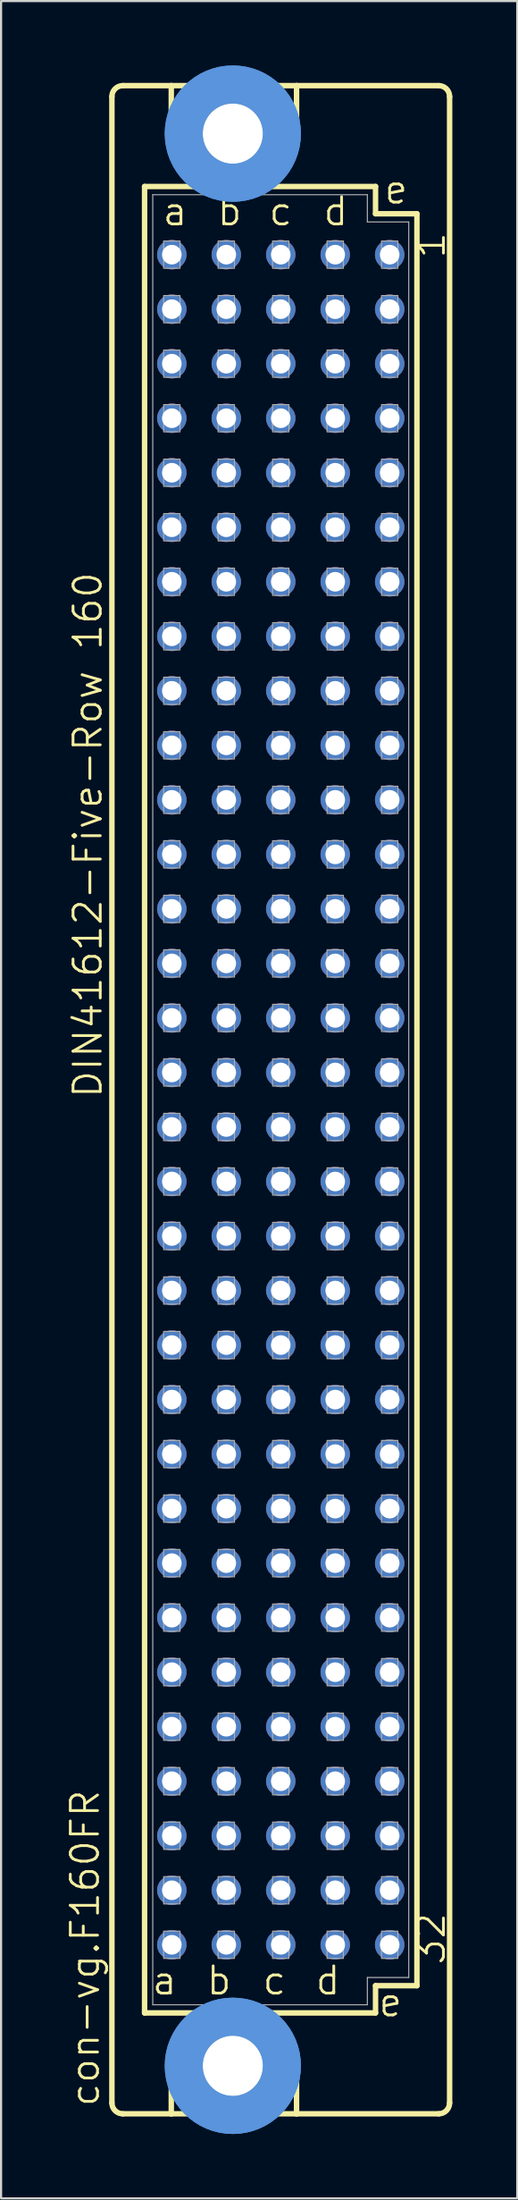
<source format=kicad_pcb>
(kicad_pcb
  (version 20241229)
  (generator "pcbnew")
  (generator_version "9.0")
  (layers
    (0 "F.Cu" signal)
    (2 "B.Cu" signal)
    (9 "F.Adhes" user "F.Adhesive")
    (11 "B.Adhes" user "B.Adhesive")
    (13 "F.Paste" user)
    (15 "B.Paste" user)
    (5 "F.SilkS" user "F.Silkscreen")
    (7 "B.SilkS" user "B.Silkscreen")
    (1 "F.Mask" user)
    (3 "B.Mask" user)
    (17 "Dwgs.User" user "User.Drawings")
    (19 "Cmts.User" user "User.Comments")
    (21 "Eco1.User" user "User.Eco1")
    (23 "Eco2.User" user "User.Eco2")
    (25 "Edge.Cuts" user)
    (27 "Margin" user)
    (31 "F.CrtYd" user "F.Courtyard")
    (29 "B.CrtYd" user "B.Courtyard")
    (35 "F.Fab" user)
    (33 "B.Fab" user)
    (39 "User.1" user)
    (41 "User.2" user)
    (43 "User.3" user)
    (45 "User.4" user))
  (footprint "con-vg.F160FR"
    (layer "F.Cu")
    (at 7.502 48.184)
    (property "Reference" "con-vg.F160FR" (at -5.842 46.99 90) (layer "F.SilkS") (effects (font (size 1.27 1.27) (thickness 0.13)) (justify left bottom)))
    (attr through_hole)
    (fp_line (start -5.334 46.736) (end -5.334 -46.736) (stroke (width 0.254) (type default)) (layer "F.SilkS"))
    (fp_line (start -4.826 -47.244) (end -2.565 -47.244) (stroke (width 0.254) (type default)) (layer "F.SilkS"))
    (fp_line (start -4.826 47.244) (end -2.565 47.244) (stroke (width 0.254) (type default)) (layer "F.SilkS"))
    (fp_line (start -3.81 -42.545) (end -3.81 42.545) (stroke (width 0.254) (type default)) (layer "F.SilkS"))
    (fp_line (start -3.81 42.545) (end -1.041 42.545) (stroke (width 0.254) (type default)) (layer "F.SilkS"))
    (fp_line (start -2.565 -47.244) (end -2.565 -44.45) (stroke (width 0.254) (type default)) (layer "F.SilkS"))
    (fp_line (start -2.565 47.244) (end -2.565 44.45) (stroke (width 0.254) (type default)) (layer "F.SilkS"))
    (fp_line (start -2.565 47.244) (end 3.277 47.244) (stroke (width 0.254) (type default)) (layer "F.SilkS"))
    (fp_line (start -1.041 42.545) (end -2.565 44.45) (stroke (width 0.254) (type default)) (layer "F.SilkS"))
    (fp_line (start -1.041 42.545) (end 1.753 42.545) (stroke (width 0.254) (type default)) (layer "F.SilkS"))
    (fp_line (start -0.737 -42.545) (end -3.81 -42.545) (stroke (width 0.254) (type default)) (layer "F.SilkS"))
    (fp_line (start -0.737 -42.545) (end -2.565 -44.45) (stroke (width 0.254) (type default)) (layer "F.SilkS"))
    (fp_line (start 1.753 -42.545) (end -0.737 -42.545) (stroke (width 0.254) (type default)) (layer "F.SilkS"))
    (fp_line (start 1.753 -42.545) (end 3.277 -44.45) (stroke (width 0.254) (type default)) (layer "F.SilkS"))
    (fp_line (start 1.753 42.545) (end 3.277 44.45) (stroke (width 0.254) (type default)) (layer "F.SilkS"))
    (fp_line (start 1.753 42.545) (end 6.96 42.545) (stroke (width 0.254) (type default)) (layer "F.SilkS"))
    (fp_line (start 3.277 -47.244) (end -2.565 -47.244) (stroke (width 0.254) (type default)) (layer "F.SilkS"))
    (fp_line (start 3.277 -47.244) (end 3.277 -44.45) (stroke (width 0.254) (type default)) (layer "F.SilkS"))
    (fp_line (start 3.277 47.244) (end 3.277 44.45) (stroke (width 0.254) (type default)) (layer "F.SilkS"))
    (fp_line (start 3.277 47.244) (end 9.906 47.244) (stroke (width 0.254) (type default)) (layer "F.SilkS"))
    (fp_line (start 6.96 -42.545) (end 1.753 -42.545) (stroke (width 0.254) (type default)) (layer "F.SilkS"))
    (fp_line (start 6.96 -41.275) (end 6.96 -42.545) (stroke (width 0.254) (type default)) (layer "F.SilkS"))
    (fp_line (start 6.96 41.275) (end 8.89 41.275) (stroke (width 0.254) (type default)) (layer "F.SilkS"))
    (fp_line (start 6.96 42.545) (end 6.96 41.275) (stroke (width 0.254) (type default)) (layer "F.SilkS"))
    (fp_line (start 8.89 -41.275) (end 6.96 -41.275) (stroke (width 0.254) (type default)) (layer "F.SilkS"))
    (fp_line (start 8.89 41.275) (end 8.89 -41.275) (stroke (width 0.254) (type default)) (layer "F.SilkS"))
    (fp_line (start 9.906 -47.244) (end 3.277 -47.244) (stroke (width 0.254) (type default)) (layer "F.SilkS"))
    (fp_line (start 10.414 46.736) (end 10.414 -46.736) (stroke (width 0.254) (type default)) (layer "F.SilkS"))
    (fp_arc (start -5.334 -46.736) (mid -5.18521 -47.09521) (end -4.826 -47.244) (stroke (width 0.254) (type default)) (layer "F.SilkS"))
    (fp_arc (start -4.826 47.244) (mid -5.18521 47.09521) (end -5.334 46.736) (stroke (width 0.254) (type default)) (layer "F.SilkS"))
    (fp_arc (start 9.906 -47.244) (mid 10.26521 -47.09521) (end 10.414 -46.736) (stroke (width 0.254) (type default)) (layer "F.SilkS"))
    (fp_arc (start 10.414 46.736) (mid 10.26521 47.09521) (end 9.906 47.244) (stroke (width 0.254) (type default)) (layer "F.SilkS"))
    (fp_circle (center 0.305 -45.009) (end 1.575 -45.009) (stroke (width 0.254) (type default)) (fill no) (layer "F.SilkS"))
    (fp_circle (center 0.305 45.009) (end 1.575 45.009) (stroke (width 0.254) (type default)) (fill no) (layer "F.SilkS"))
    (fp_circle (center 0.305 -45.009) (end 2.591 -45.009) (stroke (width 1.778) (type default)) (fill no) (layer "Cmts.User"))
    (fp_circle (center 0.305 -45.009) (end 2.591 -45.009) (stroke (width 1.778) (type default)) (fill no) (layer "Cmts.User"))
    (fp_circle (center 0.305 45.009) (end 2.591 45.009) (stroke (width 1.778) (type default)) (fill no) (layer "Cmts.User"))
    (fp_circle (center 0.305 45.009) (end 2.591 45.009) (stroke (width 1.778) (type default)) (fill no) (layer "Cmts.User"))
    (fp_line (start -3.429 -42.164) (end -3.429 42.164) (stroke (width 0.051) (type default)) (layer "F.Fab"))
    (fp_line (start -3.429 -42.164) (end 6.579 -42.164) (stroke (width 0.051) (type default)) (layer "F.Fab"))
    (fp_line (start -3.429 42.164) (end 6.579 42.164) (stroke (width 0.051) (type default)) (layer "F.Fab"))
    (fp_line (start 6.579 -42.164) (end 6.579 -40.894) (stroke (width 0.051) (type default)) (layer "F.Fab"))
    (fp_line (start 6.579 -40.894) (end 8.509 -40.894) (stroke (width 0.051) (type default)) (layer "F.Fab"))
    (fp_line (start 6.579 40.894) (end 8.509 40.894) (stroke (width 0.051) (type default)) (layer "F.Fab"))
    (fp_line (start 6.579 42.164) (end 6.579 40.894) (stroke (width 0.051) (type default)) (layer "F.Fab"))
    (fp_line (start 8.509 -40.894) (end 8.509 40.894) (stroke (width 0.051) (type default)) (layer "F.Fab"))
    (fp_rect (start -2.921 -38.735) (end -2.159 -40.005) (stroke (width 0.05) (type default)) (fill no) (layer "F.Fab"))
    (fp_rect (start -2.921 -36.195) (end -2.159 -37.465) (stroke (width 0.05) (type default)) (fill no) (layer "F.Fab"))
    (fp_rect (start -2.921 -33.655) (end -2.159 -34.925) (stroke (width 0.05) (type default)) (fill no) (layer "F.Fab"))
    (fp_rect (start -2.921 -31.115) (end -2.159 -32.385) (stroke (width 0.05) (type default)) (fill no) (layer "F.Fab"))
    (fp_rect (start -2.921 -28.575) (end -2.159 -29.845) (stroke (width 0.05) (type default)) (fill no) (layer "F.Fab"))
    (fp_rect (start -2.921 -26.035) (end -2.159 -27.305) (stroke (width 0.05) (type default)) (fill no) (layer "F.Fab"))
    (fp_rect (start -2.921 -23.495) (end -2.159 -24.765) (stroke (width 0.05) (type default)) (fill no) (layer "F.Fab"))
    (fp_rect (start -2.921 -20.955) (end -2.159 -22.225) (stroke (width 0.05) (type default)) (fill no) (layer "F.Fab"))
    (fp_rect (start -2.921 -18.415) (end -2.159 -19.685) (stroke (width 0.05) (type default)) (fill no) (layer "F.Fab"))
    (fp_rect (start -2.921 -15.875) (end -2.159 -17.145) (stroke (width 0.05) (type default)) (fill no) (layer "F.Fab"))
    (fp_rect (start -2.921 -13.335) (end -2.159 -14.605) (stroke (width 0.05) (type default)) (fill no) (layer "F.Fab"))
    (fp_rect (start -2.921 -10.795) (end -2.159 -12.065) (stroke (width 0.05) (type default)) (fill no) (layer "F.Fab"))
    (fp_rect (start -2.921 -8.255) (end -2.159 -9.525) (stroke (width 0.05) (type default)) (fill no) (layer "F.Fab"))
    (fp_rect (start -2.921 -5.715) (end -2.159 -6.985) (stroke (width 0.05) (type default)) (fill no) (layer "F.Fab"))
    (fp_rect (start -2.921 -3.175) (end -2.159 -4.445) (stroke (width 0.05) (type default)) (fill no) (layer "F.Fab"))
    (fp_rect (start -2.921 -0.635) (end -2.159 -1.905) (stroke (width 0.05) (type default)) (fill no) (layer "F.Fab"))
    (fp_rect (start -2.921 1.905) (end -2.159 0.635) (stroke (width 0.05) (type default)) (fill no) (layer "F.Fab"))
    (fp_rect (start -2.921 4.445) (end -2.159 3.175) (stroke (width 0.05) (type default)) (fill no) (layer "F.Fab"))
    (fp_rect (start -2.921 6.985) (end -2.159 5.715) (stroke (width 0.05) (type default)) (fill no) (layer "F.Fab"))
    (fp_rect (start -2.921 9.525) (end -2.159 8.255) (stroke (width 0.05) (type default)) (fill no) (layer "F.Fab"))
    (fp_rect (start -2.921 12.065) (end -2.159 10.795) (stroke (width 0.05) (type default)) (fill no) (layer "F.Fab"))
    (fp_rect (start -2.921 14.605) (end -2.159 13.335) (stroke (width 0.05) (type default)) (fill no) (layer "F.Fab"))
    (fp_rect (start -2.921 17.145) (end -2.159 15.875) (stroke (width 0.05) (type default)) (fill no) (layer "F.Fab"))
    (fp_rect (start -2.921 19.685) (end -2.159 18.415) (stroke (width 0.05) (type default)) (fill no) (layer "F.Fab"))
    (fp_rect (start -2.921 22.225) (end -2.159 20.955) (stroke (width 0.05) (type default)) (fill no) (layer "F.Fab"))
    (fp_rect (start -2.921 24.765) (end -2.159 23.495) (stroke (width 0.05) (type default)) (fill no) (layer "F.Fab"))
    (fp_rect (start -2.921 27.305) (end -2.159 26.035) (stroke (width 0.05) (type default)) (fill no) (layer "F.Fab"))
    (fp_rect (start -2.921 29.845) (end -2.159 28.575) (stroke (width 0.05) (type default)) (fill no) (layer "F.Fab"))
    (fp_rect (start -2.921 32.385) (end -2.159 31.115) (stroke (width 0.05) (type default)) (fill no) (layer "F.Fab"))
    (fp_rect (start -2.921 34.925) (end -2.159 33.655) (stroke (width 0.05) (type default)) (fill no) (layer "F.Fab"))
    (fp_rect (start -2.921 37.465) (end -2.159 36.195) (stroke (width 0.05) (type default)) (fill no) (layer "F.Fab"))
    (fp_rect (start -2.921 40.005) (end -2.159 38.735) (stroke (width 0.05) (type default)) (fill no) (layer "F.Fab"))
    (fp_rect (start -0.381 -38.735) (end 0.381 -40.005) (stroke (width 0.05) (type default)) (fill no) (layer "F.Fab"))
    (fp_rect (start -0.381 -36.195) (end 0.381 -37.465) (stroke (width 0.05) (type default)) (fill no) (layer "F.Fab"))
    (fp_rect (start -0.381 -33.655) (end 0.381 -34.925) (stroke (width 0.05) (type default)) (fill no) (layer "F.Fab"))
    (fp_rect (start -0.381 -31.115) (end 0.381 -32.385) (stroke (width 0.05) (type default)) (fill no) (layer "F.Fab"))
    (fp_rect (start -0.381 -28.575) (end 0.381 -29.845) (stroke (width 0.05) (type default)) (fill no) (layer "F.Fab"))
    (fp_rect (start -0.381 -26.035) (end 0.381 -27.305) (stroke (width 0.05) (type default)) (fill no) (layer "F.Fab"))
    (fp_rect (start -0.381 -23.495) (end 0.381 -24.765) (stroke (width 0.05) (type default)) (fill no) (layer "F.Fab"))
    (fp_rect (start -0.381 -20.955) (end 0.381 -22.225) (stroke (width 0.05) (type default)) (fill no) (layer "F.Fab"))
    (fp_rect (start -0.381 -18.415) (end 0.381 -19.685) (stroke (width 0.05) (type default)) (fill no) (layer "F.Fab"))
    (fp_rect (start -0.381 -15.875) (end 0.381 -17.145) (stroke (width 0.05) (type default)) (fill no) (layer "F.Fab"))
    (fp_rect (start -0.381 -13.335) (end 0.381 -14.605) (stroke (width 0.05) (type default)) (fill no) (layer "F.Fab"))
    (fp_rect (start -0.381 -10.795) (end 0.381 -12.065) (stroke (width 0.05) (type default)) (fill no) (layer "F.Fab"))
    (fp_rect (start -0.381 -8.255) (end 0.381 -9.525) (stroke (width 0.05) (type default)) (fill no) (layer "F.Fab"))
    (fp_rect (start -0.381 -5.715) (end 0.381 -6.985) (stroke (width 0.05) (type default)) (fill no) (layer "F.Fab"))
    (fp_rect (start -0.381 -3.175) (end 0.381 -4.445) (stroke (width 0.05) (type default)) (fill no) (layer "F.Fab"))
    (fp_rect (start -0.381 -0.635) (end 0.381 -1.905) (stroke (width 0.05) (type default)) (fill no) (layer "F.Fab"))
    (fp_rect (start -0.381 1.905) (end 0.381 0.635) (stroke (width 0.05) (type default)) (fill no) (layer "F.Fab"))
    (fp_rect (start -0.381 4.445) (end 0.381 3.175) (stroke (width 0.05) (type default)) (fill no) (layer "F.Fab"))
    (fp_rect (start -0.381 6.985) (end 0.381 5.715) (stroke (width 0.05) (type default)) (fill no) (layer "F.Fab"))
    (fp_rect (start -0.381 9.525) (end 0.381 8.255) (stroke (width 0.05) (type default)) (fill no) (layer "F.Fab"))
    (fp_rect (start -0.381 12.065) (end 0.381 10.795) (stroke (width 0.05) (type default)) (fill no) (layer "F.Fab"))
    (fp_rect (start -0.381 14.605) (end 0.381 13.335) (stroke (width 0.05) (type default)) (fill no) (layer "F.Fab"))
    (fp_rect (start -0.381 17.145) (end 0.381 15.875) (stroke (width 0.05) (type default)) (fill no) (layer "F.Fab"))
    (fp_rect (start -0.381 19.685) (end 0.381 18.415) (stroke (width 0.05) (type default)) (fill no) (layer "F.Fab"))
    (fp_rect (start -0.381 22.225) (end 0.381 20.955) (stroke (width 0.05) (type default)) (fill no) (layer "F.Fab"))
    (fp_rect (start -0.381 24.765) (end 0.381 23.495) (stroke (width 0.05) (type default)) (fill no) (layer "F.Fab"))
    (fp_rect (start -0.381 27.305) (end 0.381 26.035) (stroke (width 0.05) (type default)) (fill no) (layer "F.Fab"))
    (fp_rect (start -0.381 29.845) (end 0.381 28.575) (stroke (width 0.05) (type default)) (fill no) (layer "F.Fab"))
    (fp_rect (start -0.381 32.385) (end 0.381 31.115) (stroke (width 0.05) (type default)) (fill no) (layer "F.Fab"))
    (fp_rect (start -0.381 34.925) (end 0.381 33.655) (stroke (width 0.05) (type default)) (fill no) (layer "F.Fab"))
    (fp_rect (start -0.381 37.465) (end 0.381 36.195) (stroke (width 0.05) (type default)) (fill no) (layer "F.Fab"))
    (fp_rect (start -0.381 40.005) (end 0.381 38.735) (stroke (width 0.05) (type default)) (fill no) (layer "F.Fab"))
    (fp_rect (start 2.159 -38.735) (end 2.921 -40.005) (stroke (width 0.05) (type default)) (fill no) (layer "F.Fab"))
    (fp_rect (start 2.159 -36.195) (end 2.921 -37.465) (stroke (width 0.05) (type default)) (fill no) (layer "F.Fab"))
    (fp_rect (start 2.159 -33.655) (end 2.921 -34.925) (stroke (width 0.05) (type default)) (fill no) (layer "F.Fab"))
    (fp_rect (start 2.159 -31.115) (end 2.921 -32.385) (stroke (width 0.05) (type default)) (fill no) (layer "F.Fab"))
    (fp_rect (start 2.159 -28.575) (end 2.921 -29.845) (stroke (width 0.05) (type default)) (fill no) (layer "F.Fab"))
    (fp_rect (start 2.159 -26.035) (end 2.921 -27.305) (stroke (width 0.05) (type default)) (fill no) (layer "F.Fab"))
    (fp_rect (start 2.159 -23.495) (end 2.921 -24.765) (stroke (width 0.05) (type default)) (fill no) (layer "F.Fab"))
    (fp_rect (start 2.159 -20.955) (end 2.921 -22.225) (stroke (width 0.05) (type default)) (fill no) (layer "F.Fab"))
    (fp_rect (start 2.159 -18.415) (end 2.921 -19.685) (stroke (width 0.05) (type default)) (fill no) (layer "F.Fab"))
    (fp_rect (start 2.159 -15.875) (end 2.921 -17.145) (stroke (width 0.05) (type default)) (fill no) (layer "F.Fab"))
    (fp_rect (start 2.159 -13.335) (end 2.921 -14.605) (stroke (width 0.05) (type default)) (fill no) (layer "F.Fab"))
    (fp_rect (start 2.159 -10.795) (end 2.921 -12.065) (stroke (width 0.05) (type default)) (fill no) (layer "F.Fab"))
    (fp_rect (start 2.159 -8.255) (end 2.921 -9.525) (stroke (width 0.05) (type default)) (fill no) (layer "F.Fab"))
    (fp_rect (start 2.159 -5.715) (end 2.921 -6.985) (stroke (width 0.05) (type default)) (fill no) (layer "F.Fab"))
    (fp_rect (start 2.159 -3.175) (end 2.921 -4.445) (stroke (width 0.05) (type default)) (fill no) (layer "F.Fab"))
    (fp_rect (start 2.159 -0.635) (end 2.921 -1.905) (stroke (width 0.05) (type default)) (fill no) (layer "F.Fab"))
    (fp_rect (start 2.159 1.905) (end 2.921 0.635) (stroke (width 0.05) (type default)) (fill no) (layer "F.Fab"))
    (fp_rect (start 2.159 4.445) (end 2.921 3.175) (stroke (width 0.05) (type default)) (fill no) (layer "F.Fab"))
    (fp_rect (start 2.159 6.985) (end 2.921 5.715) (stroke (width 0.05) (type default)) (fill no) (layer "F.Fab"))
    (fp_rect (start 2.159 9.525) (end 2.921 8.255) (stroke (width 0.05) (type default)) (fill no) (layer "F.Fab"))
    (fp_rect (start 2.159 12.065) (end 2.921 10.795) (stroke (width 0.05) (type default)) (fill no) (layer "F.Fab"))
    (fp_rect (start 2.159 14.605) (end 2.921 13.335) (stroke (width 0.05) (type default)) (fill no) (layer "F.Fab"))
    (fp_rect (start 2.159 17.145) (end 2.921 15.875) (stroke (width 0.05) (type default)) (fill no) (layer "F.Fab"))
    (fp_rect (start 2.159 19.685) (end 2.921 18.415) (stroke (width 0.05) (type default)) (fill no) (layer "F.Fab"))
    (fp_rect (start 2.159 22.225) (end 2.921 20.955) (stroke (width 0.05) (type default)) (fill no) (layer "F.Fab"))
    (fp_rect (start 2.159 24.765) (end 2.921 23.495) (stroke (width 0.05) (type default)) (fill no) (layer "F.Fab"))
    (fp_rect (start 2.159 27.305) (end 2.921 26.035) (stroke (width 0.05) (type default)) (fill no) (layer "F.Fab"))
    (fp_rect (start 2.159 29.845) (end 2.921 28.575) (stroke (width 0.05) (type default)) (fill no) (layer "F.Fab"))
    (fp_rect (start 2.159 32.385) (end 2.921 31.115) (stroke (width 0.05) (type default)) (fill no) (layer "F.Fab"))
    (fp_rect (start 2.159 34.925) (end 2.921 33.655) (stroke (width 0.05) (type default)) (fill no) (layer "F.Fab"))
    (fp_rect (start 2.159 37.465) (end 2.921 36.195) (stroke (width 0.05) (type default)) (fill no) (layer "F.Fab"))
    (fp_rect (start 2.159 40.005) (end 2.921 38.735) (stroke (width 0.05) (type default)) (fill no) (layer "F.Fab"))
    (fp_rect (start 4.699 -38.735) (end 5.461 -40.005) (stroke (width 0.05) (type default)) (fill no) (layer "F.Fab"))
    (fp_rect (start 4.699 -36.195) (end 5.461 -37.465) (stroke (width 0.05) (type default)) (fill no) (layer "F.Fab"))
    (fp_rect (start 4.699 -33.655) (end 5.461 -34.925) (stroke (width 0.05) (type default)) (fill no) (layer "F.Fab"))
    (fp_rect (start 4.699 -31.115) (end 5.461 -32.385) (stroke (width 0.05) (type default)) (fill no) (layer "F.Fab"))
    (fp_rect (start 4.699 -28.575) (end 5.461 -29.845) (stroke (width 0.05) (type default)) (fill no) (layer "F.Fab"))
    (fp_rect (start 4.699 -26.035) (end 5.461 -27.305) (stroke (width 0.05) (type default)) (fill no) (layer "F.Fab"))
    (fp_rect (start 4.699 -23.495) (end 5.461 -24.765) (stroke (width 0.05) (type default)) (fill no) (layer "F.Fab"))
    (fp_rect (start 4.699 -20.955) (end 5.461 -22.225) (stroke (width 0.05) (type default)) (fill no) (layer "F.Fab"))
    (fp_rect (start 4.699 -18.415) (end 5.461 -19.685) (stroke (width 0.05) (type default)) (fill no) (layer "F.Fab"))
    (fp_rect (start 4.699 -15.875) (end 5.461 -17.145) (stroke (width 0.05) (type default)) (fill no) (layer "F.Fab"))
    (fp_rect (start 4.699 -13.335) (end 5.461 -14.605) (stroke (width 0.05) (type default)) (fill no) (layer "F.Fab"))
    (fp_rect (start 4.699 -10.795) (end 5.461 -12.065) (stroke (width 0.05) (type default)) (fill no) (layer "F.Fab"))
    (fp_rect (start 4.699 -8.255) (end 5.461 -9.525) (stroke (width 0.05) (type default)) (fill no) (layer "F.Fab"))
    (fp_rect (start 4.699 -5.715) (end 5.461 -6.985) (stroke (width 0.05) (type default)) (fill no) (layer "F.Fab"))
    (fp_rect (start 4.699 -3.175) (end 5.461 -4.445) (stroke (width 0.05) (type default)) (fill no) (layer "F.Fab"))
    (fp_rect (start 4.699 -0.635) (end 5.461 -1.905) (stroke (width 0.05) (type default)) (fill no) (layer "F.Fab"))
    (fp_rect (start 4.699 1.905) (end 5.461 0.635) (stroke (width 0.05) (type default)) (fill no) (layer "F.Fab"))
    (fp_rect (start 4.699 4.445) (end 5.461 3.175) (stroke (width 0.05) (type default)) (fill no) (layer "F.Fab"))
    (fp_rect (start 4.699 6.985) (end 5.461 5.715) (stroke (width 0.05) (type default)) (fill no) (layer "F.Fab"))
    (fp_rect (start 4.699 9.525) (end 5.461 8.255) (stroke (width 0.05) (type default)) (fill no) (layer "F.Fab"))
    (fp_rect (start 4.699 12.065) (end 5.461 10.795) (stroke (width 0.05) (type default)) (fill no) (layer "F.Fab"))
    (fp_rect (start 4.699 14.605) (end 5.461 13.335) (stroke (width 0.05) (type default)) (fill no) (layer "F.Fab"))
    (fp_rect (start 4.699 17.145) (end 5.461 15.875) (stroke (width 0.05) (type default)) (fill no) (layer "F.Fab"))
    (fp_rect (start 4.699 19.685) (end 5.461 18.415) (stroke (width 0.05) (type default)) (fill no) (layer "F.Fab"))
    (fp_rect (start 4.699 22.225) (end 5.461 20.955) (stroke (width 0.05) (type default)) (fill no) (layer "F.Fab"))
    (fp_rect (start 4.699 24.765) (end 5.461 23.495) (stroke (width 0.05) (type default)) (fill no) (layer "F.Fab"))
    (fp_rect (start 4.699 27.305) (end 5.461 26.035) (stroke (width 0.05) (type default)) (fill no) (layer "F.Fab"))
    (fp_rect (start 4.699 29.845) (end 5.461 28.575) (stroke (width 0.05) (type default)) (fill no) (layer "F.Fab"))
    (fp_rect (start 4.699 32.385) (end 5.461 31.115) (stroke (width 0.05) (type default)) (fill no) (layer "F.Fab"))
    (fp_rect (start 4.699 34.925) (end 5.461 33.655) (stroke (width 0.05) (type default)) (fill no) (layer "F.Fab"))
    (fp_rect (start 4.699 37.465) (end 5.461 36.195) (stroke (width 0.05) (type default)) (fill no) (layer "F.Fab"))
    (fp_rect (start 4.699 40.005) (end 5.461 38.735) (stroke (width 0.05) (type default)) (fill no) (layer "F.Fab"))
    (fp_rect (start 7.239 -38.735) (end 8.001 -40.005) (stroke (width 0.05) (type default)) (fill no) (layer "F.Fab"))
    (fp_rect (start 7.239 -36.195) (end 8.001 -37.465) (stroke (width 0.05) (type default)) (fill no) (layer "F.Fab"))
    (fp_rect (start 7.239 -33.655) (end 8.001 -34.925) (stroke (width 0.05) (type default)) (fill no) (layer "F.Fab"))
    (fp_rect (start 7.239 -31.115) (end 8.001 -32.385) (stroke (width 0.05) (type default)) (fill no) (layer "F.Fab"))
    (fp_rect (start 7.239 -28.575) (end 8.001 -29.845) (stroke (width 0.05) (type default)) (fill no) (layer "F.Fab"))
    (fp_rect (start 7.239 -26.035) (end 8.001 -27.305) (stroke (width 0.05) (type default)) (fill no) (layer "F.Fab"))
    (fp_rect (start 7.239 -23.495) (end 8.001 -24.765) (stroke (width 0.05) (type default)) (fill no) (layer "F.Fab"))
    (fp_rect (start 7.239 -20.955) (end 8.001 -22.225) (stroke (width 0.05) (type default)) (fill no) (layer "F.Fab"))
    (fp_rect (start 7.239 -18.415) (end 8.001 -19.685) (stroke (width 0.05) (type default)) (fill no) (layer "F.Fab"))
    (fp_rect (start 7.239 -15.875) (end 8.001 -17.145) (stroke (width 0.05) (type default)) (fill no) (layer "F.Fab"))
    (fp_rect (start 7.239 -13.335) (end 8.001 -14.605) (stroke (width 0.05) (type default)) (fill no) (layer "F.Fab"))
    (fp_rect (start 7.239 -10.795) (end 8.001 -12.065) (stroke (width 0.05) (type default)) (fill no) (layer "F.Fab"))
    (fp_rect (start 7.239 -8.255) (end 8.001 -9.525) (stroke (width 0.05) (type default)) (fill no) (layer "F.Fab"))
    (fp_rect (start 7.239 -5.715) (end 8.001 -6.985) (stroke (width 0.05) (type default)) (fill no) (layer "F.Fab"))
    (fp_rect (start 7.239 -3.175) (end 8.001 -4.445) (stroke (width 0.05) (type default)) (fill no) (layer "F.Fab"))
    (fp_rect (start 7.239 -0.635) (end 8.001 -1.905) (stroke (width 0.05) (type default)) (fill no) (layer "F.Fab"))
    (fp_rect (start 7.239 1.905) (end 8.001 0.635) (stroke (width 0.05) (type default)) (fill no) (layer "F.Fab"))
    (fp_rect (start 7.239 4.445) (end 8.001 3.175) (stroke (width 0.05) (type default)) (fill no) (layer "F.Fab"))
    (fp_rect (start 7.239 6.985) (end 8.001 5.715) (stroke (width 0.05) (type default)) (fill no) (layer "F.Fab"))
    (fp_rect (start 7.239 9.525) (end 8.001 8.255) (stroke (width 0.05) (type default)) (fill no) (layer "F.Fab"))
    (fp_rect (start 7.239 12.065) (end 8.001 10.795) (stroke (width 0.05) (type default)) (fill no) (layer "F.Fab"))
    (fp_rect (start 7.239 14.605) (end 8.001 13.335) (stroke (width 0.05) (type default)) (fill no) (layer "F.Fab"))
    (fp_rect (start 7.239 17.145) (end 8.001 15.875) (stroke (width 0.05) (type default)) (fill no) (layer "F.Fab"))
    (fp_rect (start 7.239 19.685) (end 8.001 18.415) (stroke (width 0.05) (type default)) (fill no) (layer "F.Fab"))
    (fp_rect (start 7.239 22.225) (end 8.001 20.955) (stroke (width 0.05) (type default)) (fill no) (layer "F.Fab"))
    (fp_rect (start 7.239 24.765) (end 8.001 23.495) (stroke (width 0.05) (type default)) (fill no) (layer "F.Fab"))
    (fp_rect (start 7.239 27.305) (end 8.001 26.035) (stroke (width 0.05) (type default)) (fill no) (layer "F.Fab"))
    (fp_rect (start 7.239 29.845) (end 8.001 28.575) (stroke (width 0.05) (type default)) (fill no) (layer "F.Fab"))
    (fp_rect (start 7.239 32.385) (end 8.001 31.115) (stroke (width 0.05) (type default)) (fill no) (layer "F.Fab"))
    (fp_rect (start 7.239 34.925) (end 8.001 33.655) (stroke (width 0.05) (type default)) (fill no) (layer "F.Fab"))
    (fp_rect (start 7.239 37.465) (end 8.001 36.195) (stroke (width 0.05) (type default)) (fill no) (layer "F.Fab"))
    (fp_rect (start 7.239 40.005) (end 8.001 38.735) (stroke (width 0.05) (type default)) (fill no) (layer "F.Fab"))
    (fp_text user "b" (at -0.508 -40.64 0) (layer "F.SilkS") (effects (font (size 1.27 1.27) (thickness 0.13)) (justify left bottom)))
    (fp_text user "1" (at 10.287 -39.116 90) (layer "F.SilkS") (effects (font (size 1.27 1.27) (thickness 0.13)) (justify left bottom)))
    (fp_text user "d" (at 4.445 -40.64 0) (layer "F.SilkS") (effects (font (size 1.27 1.27) (thickness 0.13)) (justify left bottom)))
    (fp_text user "c " (at 1.613 41.783 0) (layer "F.SilkS") (effects (font (size 1.27 1.27) (thickness 0.13)) (justify left bottom)))
    (fp_text user "a" (at -3.048 -40.64 0) (layer "F.SilkS") (effects (font (size 1.27 1.27) (thickness 0.13)) (justify left bottom)))
    (fp_text user "b " (at -1 41.783 0) (layer "F.SilkS") (effects (font (size 1.27 1.27) (thickness 0.13)) (justify left bottom)))
    (fp_text user "e" (at 7.29 -41.656 0) (layer "F.SilkS") (effects (font (size 1.27 1.27) (thickness 0.13)) (justify left bottom)))
    (fp_text user "a " (at -3.54 41.783 0) (layer "F.SilkS") (effects (font (size 1.27 1.27) (thickness 0.13)) (justify left bottom)))
    (fp_text user "e " (at 7.03 42.799 0) (layer "F.SilkS") (effects (font (size 1.27 1.27) (thickness 0.13)) (justify left bottom)))
    (fp_text user "c" (at 1.905 -40.64 0) (layer "F.SilkS") (effects (font (size 1.27 1.27) (thickness 0.13)) (justify left bottom)))
    (fp_text user "DIN41612-Five-Row 160" (at -5.715 0 90) (layer "F.SilkS") (effects (font (size 1.27 1.27) (thickness 0.13)) (justify left bottom)))
    (fp_text user "32" (at 10.287 40.386 90) (layer "F.SilkS") (effects (font (size 1.27 1.27) (thickness 0.13)) (justify left bottom)))
    (fp_text user "d " (at 4.08 41.783 0) (layer "F.SilkS") (effects (font (size 1.27 1.27) (thickness 0.13)) (justify left bottom)))
    (pad "" np_thru_hole circle (at 0.305 -45.009) (size 2.794 2.794) (drill 2.794) (layers "*.Cu" "*.Mask"))
    (pad "" np_thru_hole circle (at 0.305 45.009) (size 2.794 2.794) (drill 2.794) (layers "*.Cu" "*.Mask"))
    (pad "A1" thru_hole circle (at -2.54 -39.37) (size 1.372 1.372) (drill 0.914) (layers "*.Cu" "*.Mask"))
    (pad "A2" thru_hole circle (at -2.54 -36.83) (size 1.372 1.372) (drill 0.914) (layers "*.Cu" "*.Mask"))
    (pad "A3" thru_hole circle (at -2.54 -34.29) (size 1.372 1.372) (drill 0.914) (layers "*.Cu" "*.Mask"))
    (pad "A4" thru_hole circle (at -2.54 -31.75) (size 1.372 1.372) (drill 0.914) (layers "*.Cu" "*.Mask"))
    (pad "A5" thru_hole circle (at -2.54 -29.21) (size 1.372 1.372) (drill 0.914) (layers "*.Cu" "*.Mask"))
    (pad "A6" thru_hole circle (at -2.54 -26.67) (size 1.372 1.372) (drill 0.914) (layers "*.Cu" "*.Mask"))
    (pad "A7" thru_hole circle (at -2.54 -24.13) (size 1.372 1.372) (drill 0.914) (layers "*.Cu" "*.Mask"))
    (pad "A8" thru_hole circle (at -2.54 -21.59) (size 1.372 1.372) (drill 0.914) (layers "*.Cu" "*.Mask"))
    (pad "A9" thru_hole circle (at -2.54 -19.05) (size 1.372 1.372) (drill 0.914) (layers "*.Cu" "*.Mask"))
    (pad "A10" thru_hole circle (at -2.54 -16.51) (size 1.372 1.372) (drill 0.914) (layers "*.Cu" "*.Mask"))
    (pad "A11" thru_hole circle (at -2.54 -13.97) (size 1.372 1.372) (drill 0.914) (layers "*.Cu" "*.Mask"))
    (pad "A12" thru_hole circle (at -2.54 -11.43) (size 1.372 1.372) (drill 0.914) (layers "*.Cu" "*.Mask"))
    (pad "A13" thru_hole circle (at -2.54 -8.89) (size 1.372 1.372) (drill 0.914) (layers "*.Cu" "*.Mask"))
    (pad "A14" thru_hole circle (at -2.54 -6.35) (size 1.372 1.372) (drill 0.914) (layers "*.Cu" "*.Mask"))
    (pad "A15" thru_hole circle (at -2.54 -3.81) (size 1.372 1.372) (drill 0.914) (layers "*.Cu" "*.Mask"))
    (pad "A16" thru_hole circle (at -2.54 -1.27) (size 1.372 1.372) (drill 0.914) (layers "*.Cu" "*.Mask"))
    (pad "A17" thru_hole circle (at -2.54 1.27) (size 1.372 1.372) (drill 0.914) (layers "*.Cu" "*.Mask"))
    (pad "A18" thru_hole circle (at -2.54 3.81) (size 1.372 1.372) (drill 0.914) (layers "*.Cu" "*.Mask"))
    (pad "A19" thru_hole circle (at -2.54 6.35) (size 1.372 1.372) (drill 0.914) (layers "*.Cu" "*.Mask"))
    (pad "A20" thru_hole circle (at -2.54 8.89) (size 1.372 1.372) (drill 0.914) (layers "*.Cu" "*.Mask"))
    (pad "A21" thru_hole circle (at -2.54 11.43) (size 1.372 1.372) (drill 0.914) (layers "*.Cu" "*.Mask"))
    (pad "A22" thru_hole circle (at -2.54 13.97) (size 1.372 1.372) (drill 0.914) (layers "*.Cu" "*.Mask"))
    (pad "A23" thru_hole circle (at -2.54 16.51) (size 1.372 1.372) (drill 0.914) (layers "*.Cu" "*.Mask"))
    (pad "A24" thru_hole circle (at -2.54 19.05) (size 1.372 1.372) (drill 0.914) (layers "*.Cu" "*.Mask"))
    (pad "A25" thru_hole circle (at -2.54 21.59) (size 1.372 1.372) (drill 0.914) (layers "*.Cu" "*.Mask"))
    (pad "A26" thru_hole circle (at -2.54 24.13) (size 1.372 1.372) (drill 0.914) (layers "*.Cu" "*.Mask"))
    (pad "A27" thru_hole circle (at -2.54 26.67) (size 1.372 1.372) (drill 0.914) (layers "*.Cu" "*.Mask"))
    (pad "A28" thru_hole circle (at -2.54 29.21) (size 1.372 1.372) (drill 0.914) (layers "*.Cu" "*.Mask"))
    (pad "A29" thru_hole circle (at -2.54 31.75) (size 1.372 1.372) (drill 0.914) (layers "*.Cu" "*.Mask"))
    (pad "A30" thru_hole circle (at -2.54 34.29) (size 1.372 1.372) (drill 0.914) (layers "*.Cu" "*.Mask"))
    (pad "A31" thru_hole circle (at -2.54 36.83) (size 1.372 1.372) (drill 0.914) (layers "*.Cu" "*.Mask"))
    (pad "A32" thru_hole circle (at -2.54 39.37) (size 1.372 1.372) (drill 0.914) (layers "*.Cu" "*.Mask"))
    (pad "B1" thru_hole circle (at 0 -39.37) (size 1.372 1.372) (drill 0.914) (layers "*.Cu" "*.Mask"))
    (pad "B2" thru_hole circle (at 0 -36.83) (size 1.372 1.372) (drill 0.914) (layers "*.Cu" "*.Mask"))
    (pad "B3" thru_hole circle (at 0 -34.29) (size 1.372 1.372) (drill 0.914) (layers "*.Cu" "*.Mask"))
    (pad "B4" thru_hole circle (at 0 -31.75) (size 1.372 1.372) (drill 0.914) (layers "*.Cu" "*.Mask"))
    (pad "B5" thru_hole circle (at 0 -29.21) (size 1.372 1.372) (drill 0.914) (layers "*.Cu" "*.Mask"))
    (pad "B6" thru_hole circle (at 0 -26.67) (size 1.372 1.372) (drill 0.914) (layers "*.Cu" "*.Mask"))
    (pad "B7" thru_hole circle (at 0 -24.13) (size 1.372 1.372) (drill 0.914) (layers "*.Cu" "*.Mask"))
    (pad "B8" thru_hole circle (at 0 -21.59) (size 1.372 1.372) (drill 0.914) (layers "*.Cu" "*.Mask"))
    (pad "B9" thru_hole circle (at 0 -19.05) (size 1.372 1.372) (drill 0.914) (layers "*.Cu" "*.Mask"))
    (pad "B10" thru_hole circle (at 0 -16.51) (size 1.372 1.372) (drill 0.914) (layers "*.Cu" "*.Mask"))
    (pad "B11" thru_hole circle (at 0 -13.97) (size 1.372 1.372) (drill 0.914) (layers "*.Cu" "*.Mask"))
    (pad "B12" thru_hole circle (at 0 -11.43) (size 1.372 1.372) (drill 0.914) (layers "*.Cu" "*.Mask"))
    (pad "B13" thru_hole circle (at 0 -8.89) (size 1.372 1.372) (drill 0.914) (layers "*.Cu" "*.Mask"))
    (pad "B14" thru_hole circle (at 0 -6.35) (size 1.372 1.372) (drill 0.914) (layers "*.Cu" "*.Mask"))
    (pad "B15" thru_hole circle (at 0 -3.81) (size 1.372 1.372) (drill 0.914) (layers "*.Cu" "*.Mask"))
    (pad "B16" thru_hole circle (at 0 -1.27) (size 1.372 1.372) (drill 0.914) (layers "*.Cu" "*.Mask"))
    (pad "B17" thru_hole circle (at 0 1.27) (size 1.372 1.372) (drill 0.914) (layers "*.Cu" "*.Mask"))
    (pad "B18" thru_hole circle (at 0 3.81) (size 1.372 1.372) (drill 0.914) (layers "*.Cu" "*.Mask"))
    (pad "B19" thru_hole circle (at 0 6.35) (size 1.372 1.372) (drill 0.914) (layers "*.Cu" "*.Mask"))
    (pad "B20" thru_hole circle (at 0 8.89) (size 1.372 1.372) (drill 0.914) (layers "*.Cu" "*.Mask"))
    (pad "B21" thru_hole circle (at 0 11.43) (size 1.372 1.372) (drill 0.914) (layers "*.Cu" "*.Mask"))
    (pad "B22" thru_hole circle (at 0 13.97) (size 1.372 1.372) (drill 0.914) (layers "*.Cu" "*.Mask"))
    (pad "B23" thru_hole circle (at 0 16.51) (size 1.372 1.372) (drill 0.914) (layers "*.Cu" "*.Mask"))
    (pad "B24" thru_hole circle (at 0 19.05) (size 1.372 1.372) (drill 0.914) (layers "*.Cu" "*.Mask"))
    (pad "B25" thru_hole circle (at 0 21.59) (size 1.372 1.372) (drill 0.914) (layers "*.Cu" "*.Mask"))
    (pad "B26" thru_hole circle (at 0 24.13) (size 1.372 1.372) (drill 0.914) (layers "*.Cu" "*.Mask"))
    (pad "B27" thru_hole circle (at 0 26.67) (size 1.372 1.372) (drill 0.914) (layers "*.Cu" "*.Mask"))
    (pad "B28" thru_hole circle (at 0 29.21) (size 1.372 1.372) (drill 0.914) (layers "*.Cu" "*.Mask"))
    (pad "B29" thru_hole circle (at 0 31.75) (size 1.372 1.372) (drill 0.914) (layers "*.Cu" "*.Mask"))
    (pad "B30" thru_hole circle (at 0 34.29) (size 1.372 1.372) (drill 0.914) (layers "*.Cu" "*.Mask"))
    (pad "B31" thru_hole circle (at 0 36.83) (size 1.372 1.372) (drill 0.914) (layers "*.Cu" "*.Mask"))
    (pad "B32" thru_hole circle (at 0 39.37) (size 1.372 1.372) (drill 0.914) (layers "*.Cu" "*.Mask"))
    (pad "C1" thru_hole circle (at 2.54 -39.37) (size 1.372 1.372) (drill 0.914) (layers "*.Cu" "*.Mask"))
    (pad "C2" thru_hole circle (at 2.54 -36.83) (size 1.372 1.372) (drill 0.914) (layers "*.Cu" "*.Mask"))
    (pad "C3" thru_hole circle (at 2.54 -34.29) (size 1.372 1.372) (drill 0.914) (layers "*.Cu" "*.Mask"))
    (pad "C4" thru_hole circle (at 2.54 -31.75) (size 1.372 1.372) (drill 0.914) (layers "*.Cu" "*.Mask"))
    (pad "C5" thru_hole circle (at 2.54 -29.21) (size 1.372 1.372) (drill 0.914) (layers "*.Cu" "*.Mask"))
    (pad "C6" thru_hole circle (at 2.54 -26.67) (size 1.372 1.372) (drill 0.914) (layers "*.Cu" "*.Mask"))
    (pad "C7" thru_hole circle (at 2.54 -24.13) (size 1.372 1.372) (drill 0.914) (layers "*.Cu" "*.Mask"))
    (pad "C8" thru_hole circle (at 2.54 -21.59) (size 1.372 1.372) (drill 0.914) (layers "*.Cu" "*.Mask"))
    (pad "C9" thru_hole circle (at 2.54 -19.05) (size 1.372 1.372) (drill 0.914) (layers "*.Cu" "*.Mask"))
    (pad "C10" thru_hole circle (at 2.54 -16.51) (size 1.372 1.372) (drill 0.914) (layers "*.Cu" "*.Mask"))
    (pad "C11" thru_hole circle (at 2.54 -13.97) (size 1.372 1.372) (drill 0.914) (layers "*.Cu" "*.Mask"))
    (pad "C12" thru_hole circle (at 2.54 -11.43) (size 1.372 1.372) (drill 0.914) (layers "*.Cu" "*.Mask"))
    (pad "C13" thru_hole circle (at 2.54 -8.89) (size 1.372 1.372) (drill 0.914) (layers "*.Cu" "*.Mask"))
    (pad "C14" thru_hole circle (at 2.54 -6.35) (size 1.372 1.372) (drill 0.914) (layers "*.Cu" "*.Mask"))
    (pad "C15" thru_hole circle (at 2.54 -3.81) (size 1.372 1.372) (drill 0.914) (layers "*.Cu" "*.Mask"))
    (pad "C16" thru_hole circle (at 2.54 -1.27) (size 1.372 1.372) (drill 0.914) (layers "*.Cu" "*.Mask"))
    (pad "C17" thru_hole circle (at 2.54 1.27) (size 1.372 1.372) (drill 0.914) (layers "*.Cu" "*.Mask"))
    (pad "C18" thru_hole circle (at 2.54 3.81) (size 1.372 1.372) (drill 0.914) (layers "*.Cu" "*.Mask"))
    (pad "C19" thru_hole circle (at 2.54 6.35) (size 1.372 1.372) (drill 0.914) (layers "*.Cu" "*.Mask"))
    (pad "C20" thru_hole circle (at 2.54 8.89) (size 1.372 1.372) (drill 0.914) (layers "*.Cu" "*.Mask"))
    (pad "C21" thru_hole circle (at 2.54 11.43) (size 1.372 1.372) (drill 0.914) (layers "*.Cu" "*.Mask"))
    (pad "C22" thru_hole circle (at 2.54 13.97) (size 1.372 1.372) (drill 0.914) (layers "*.Cu" "*.Mask"))
    (pad "C23" thru_hole circle (at 2.54 16.51) (size 1.372 1.372) (drill 0.914) (layers "*.Cu" "*.Mask"))
    (pad "C24" thru_hole circle (at 2.54 19.05) (size 1.372 1.372) (drill 0.914) (layers "*.Cu" "*.Mask"))
    (pad "C25" thru_hole circle (at 2.54 21.59) (size 1.372 1.372) (drill 0.914) (layers "*.Cu" "*.Mask"))
    (pad "C26" thru_hole circle (at 2.54 24.13) (size 1.372 1.372) (drill 0.914) (layers "*.Cu" "*.Mask"))
    (pad "C27" thru_hole circle (at 2.54 26.67) (size 1.372 1.372) (drill 0.914) (layers "*.Cu" "*.Mask"))
    (pad "C28" thru_hole circle (at 2.54 29.21) (size 1.372 1.372) (drill 0.914) (layers "*.Cu" "*.Mask"))
    (pad "C29" thru_hole circle (at 2.54 31.75) (size 1.372 1.372) (drill 0.914) (layers "*.Cu" "*.Mask"))
    (pad "C30" thru_hole circle (at 2.54 34.29) (size 1.372 1.372) (drill 0.914) (layers "*.Cu" "*.Mask"))
    (pad "C31" thru_hole circle (at 2.54 36.83) (size 1.372 1.372) (drill 0.914) (layers "*.Cu" "*.Mask"))
    (pad "C32" thru_hole circle (at 2.54 39.37) (size 1.372 1.372) (drill 0.914) (layers "*.Cu" "*.Mask"))
    (pad "D1" thru_hole circle (at 5.08 -39.37) (size 1.372 1.372) (drill 0.914) (layers "*.Cu" "*.Mask"))
    (pad "D2" thru_hole circle (at 5.08 -36.83) (size 1.372 1.372) (drill 0.914) (layers "*.Cu" "*.Mask"))
    (pad "D3" thru_hole circle (at 5.08 -34.29) (size 1.372 1.372) (drill 0.914) (layers "*.Cu" "*.Mask"))
    (pad "D4" thru_hole circle (at 5.08 -31.75) (size 1.372 1.372) (drill 0.914) (layers "*.Cu" "*.Mask"))
    (pad "D5" thru_hole circle (at 5.08 -29.21) (size 1.372 1.372) (drill 0.914) (layers "*.Cu" "*.Mask"))
    (pad "D6" thru_hole circle (at 5.08 -26.67) (size 1.372 1.372) (drill 0.914) (layers "*.Cu" "*.Mask"))
    (pad "D7" thru_hole circle (at 5.08 -24.13) (size 1.372 1.372) (drill 0.914) (layers "*.Cu" "*.Mask"))
    (pad "D8" thru_hole circle (at 5.08 -21.59) (size 1.372 1.372) (drill 0.914) (layers "*.Cu" "*.Mask"))
    (pad "D9" thru_hole circle (at 5.08 -19.05) (size 1.372 1.372) (drill 0.914) (layers "*.Cu" "*.Mask"))
    (pad "D10" thru_hole circle (at 5.08 -16.51) (size 1.372 1.372) (drill 0.914) (layers "*.Cu" "*.Mask"))
    (pad "D11" thru_hole circle (at 5.08 -13.97) (size 1.372 1.372) (drill 0.914) (layers "*.Cu" "*.Mask"))
    (pad "D12" thru_hole circle (at 5.08 -11.43) (size 1.372 1.372) (drill 0.914) (layers "*.Cu" "*.Mask"))
    (pad "D13" thru_hole circle (at 5.08 -8.89) (size 1.372 1.372) (drill 0.914) (layers "*.Cu" "*.Mask"))
    (pad "D14" thru_hole circle (at 5.08 -6.35) (size 1.372 1.372) (drill 0.914) (layers "*.Cu" "*.Mask"))
    (pad "D15" thru_hole circle (at 5.08 -3.81) (size 1.372 1.372) (drill 0.914) (layers "*.Cu" "*.Mask"))
    (pad "D16" thru_hole circle (at 5.08 -1.27) (size 1.372 1.372) (drill 0.914) (layers "*.Cu" "*.Mask"))
    (pad "D17" thru_hole circle (at 5.08 1.27) (size 1.372 1.372) (drill 0.914) (layers "*.Cu" "*.Mask"))
    (pad "D18" thru_hole circle (at 5.08 3.81) (size 1.372 1.372) (drill 0.914) (layers "*.Cu" "*.Mask"))
    (pad "D19" thru_hole circle (at 5.08 6.35) (size 1.372 1.372) (drill 0.914) (layers "*.Cu" "*.Mask"))
    (pad "D20" thru_hole circle (at 5.08 8.89) (size 1.372 1.372) (drill 0.914) (layers "*.Cu" "*.Mask"))
    (pad "D21" thru_hole circle (at 5.08 11.43) (size 1.372 1.372) (drill 0.914) (layers "*.Cu" "*.Mask"))
    (pad "D22" thru_hole circle (at 5.08 13.97) (size 1.372 1.372) (drill 0.914) (layers "*.Cu" "*.Mask"))
    (pad "D23" thru_hole circle (at 5.08 16.51) (size 1.372 1.372) (drill 0.914) (layers "*.Cu" "*.Mask"))
    (pad "D24" thru_hole circle (at 5.08 19.05) (size 1.372 1.372) (drill 0.914) (layers "*.Cu" "*.Mask"))
    (pad "D25" thru_hole circle (at 5.08 21.59) (size 1.372 1.372) (drill 0.914) (layers "*.Cu" "*.Mask"))
    (pad "D26" thru_hole circle (at 5.08 24.13) (size 1.372 1.372) (drill 0.914) (layers "*.Cu" "*.Mask"))
    (pad "D27" thru_hole circle (at 5.08 26.67) (size 1.372 1.372) (drill 0.914) (layers "*.Cu" "*.Mask"))
    (pad "D28" thru_hole circle (at 5.08 29.21) (size 1.372 1.372) (drill 0.914) (layers "*.Cu" "*.Mask"))
    (pad "D29" thru_hole circle (at 5.08 31.75) (size 1.372 1.372) (drill 0.914) (layers "*.Cu" "*.Mask"))
    (pad "D30" thru_hole circle (at 5.08 34.29) (size 1.372 1.372) (drill 0.914) (layers "*.Cu" "*.Mask"))
    (pad "D31" thru_hole circle (at 5.08 36.83) (size 1.372 1.372) (drill 0.914) (layers "*.Cu" "*.Mask"))
    (pad "D32" thru_hole circle (at 5.08 39.37) (size 1.372 1.372) (drill 0.914) (layers "*.Cu" "*.Mask"))
    (pad "E1" thru_hole circle (at 7.62 -39.37) (size 1.372 1.372) (drill 0.914) (layers "*.Cu" "*.Mask"))
    (pad "E2" thru_hole circle (at 7.62 -36.83) (size 1.372 1.372) (drill 0.914) (layers "*.Cu" "*.Mask"))
    (pad "E3" thru_hole circle (at 7.62 -34.29) (size 1.372 1.372) (drill 0.914) (layers "*.Cu" "*.Mask"))
    (pad "E4" thru_hole circle (at 7.62 -31.75) (size 1.372 1.372) (drill 0.914) (layers "*.Cu" "*.Mask"))
    (pad "E5" thru_hole circle (at 7.62 -29.21) (size 1.372 1.372) (drill 0.914) (layers "*.Cu" "*.Mask"))
    (pad "E6" thru_hole circle (at 7.62 -26.67) (size 1.372 1.372) (drill 0.914) (layers "*.Cu" "*.Mask"))
    (pad "E7" thru_hole circle (at 7.62 -24.13) (size 1.372 1.372) (drill 0.914) (layers "*.Cu" "*.Mask"))
    (pad "E8" thru_hole circle (at 7.62 -21.59) (size 1.372 1.372) (drill 0.914) (layers "*.Cu" "*.Mask"))
    (pad "E9" thru_hole circle (at 7.62 -19.05) (size 1.372 1.372) (drill 0.914) (layers "*.Cu" "*.Mask"))
    (pad "E10" thru_hole circle (at 7.62 -16.51) (size 1.372 1.372) (drill 0.914) (layers "*.Cu" "*.Mask"))
    (pad "E11" thru_hole circle (at 7.62 -13.97) (size 1.372 1.372) (drill 0.914) (layers "*.Cu" "*.Mask"))
    (pad "E12" thru_hole circle (at 7.62 -11.43) (size 1.372 1.372) (drill 0.914) (layers "*.Cu" "*.Mask"))
    (pad "E13" thru_hole circle (at 7.62 -8.89) (size 1.372 1.372) (drill 0.914) (layers "*.Cu" "*.Mask"))
    (pad "E14" thru_hole circle (at 7.62 -6.35) (size 1.372 1.372) (drill 0.914) (layers "*.Cu" "*.Mask"))
    (pad "E15" thru_hole circle (at 7.62 -3.81) (size 1.372 1.372) (drill 0.914) (layers "*.Cu" "*.Mask"))
    (pad "E16" thru_hole circle (at 7.62 -1.27) (size 1.372 1.372) (drill 0.914) (layers "*.Cu" "*.Mask"))
    (pad "E17" thru_hole circle (at 7.62 1.27) (size 1.372 1.372) (drill 0.914) (layers "*.Cu" "*.Mask"))
    (pad "E18" thru_hole circle (at 7.62 3.81) (size 1.372 1.372) (drill 0.914) (layers "*.Cu" "*.Mask"))
    (pad "E19" thru_hole circle (at 7.62 6.35) (size 1.372 1.372) (drill 0.914) (layers "*.Cu" "*.Mask"))
    (pad "E20" thru_hole circle (at 7.62 8.89) (size 1.372 1.372) (drill 0.914) (layers "*.Cu" "*.Mask"))
    (pad "E21" thru_hole circle (at 7.62 11.43) (size 1.372 1.372) (drill 0.914) (layers "*.Cu" "*.Mask"))
    (pad "E22" thru_hole circle (at 7.62 13.97) (size 1.372 1.372) (drill 0.914) (layers "*.Cu" "*.Mask"))
    (pad "E23" thru_hole circle (at 7.62 16.51) (size 1.372 1.372) (drill 0.914) (layers "*.Cu" "*.Mask"))
    (pad "E24" thru_hole circle (at 7.62 19.05) (size 1.372 1.372) (drill 0.914) (layers "*.Cu" "*.Mask"))
    (pad "E25" thru_hole circle (at 7.62 21.59) (size 1.372 1.372) (drill 0.914) (layers "*.Cu" "*.Mask"))
    (pad "E26" thru_hole circle (at 7.62 24.13) (size 1.372 1.372) (drill 0.914) (layers "*.Cu" "*.Mask"))
    (pad "E27" thru_hole circle (at 7.62 26.67) (size 1.372 1.372) (drill 0.914) (layers "*.Cu" "*.Mask"))
    (pad "E28" thru_hole circle (at 7.62 29.21) (size 1.372 1.372) (drill 0.914) (layers "*.Cu" "*.Mask"))
    (pad "E29" thru_hole circle (at 7.62 31.75) (size 1.372 1.372) (drill 0.914) (layers "*.Cu" "*.Mask"))
    (pad "E30" thru_hole circle (at 7.62 34.29) (size 1.372 1.372) (drill 0.914) (layers "*.Cu" "*.Mask"))
    (pad "E31" thru_hole circle (at 7.62 36.83) (size 1.372 1.372) (drill 0.914) (layers "*.Cu" "*.Mask"))
    (pad "E32" thru_hole circle (at 7.62 39.37) (size 1.372 1.372) (drill 0.914) (layers "*.Cu" "*.Mask")))
  (gr_rect
    (start -3 -3)
    (end 21.071 99.368)
    (stroke (width 0.1) (type default))
    (fill no)
    (layer "Edge.Cuts")))
</source>
